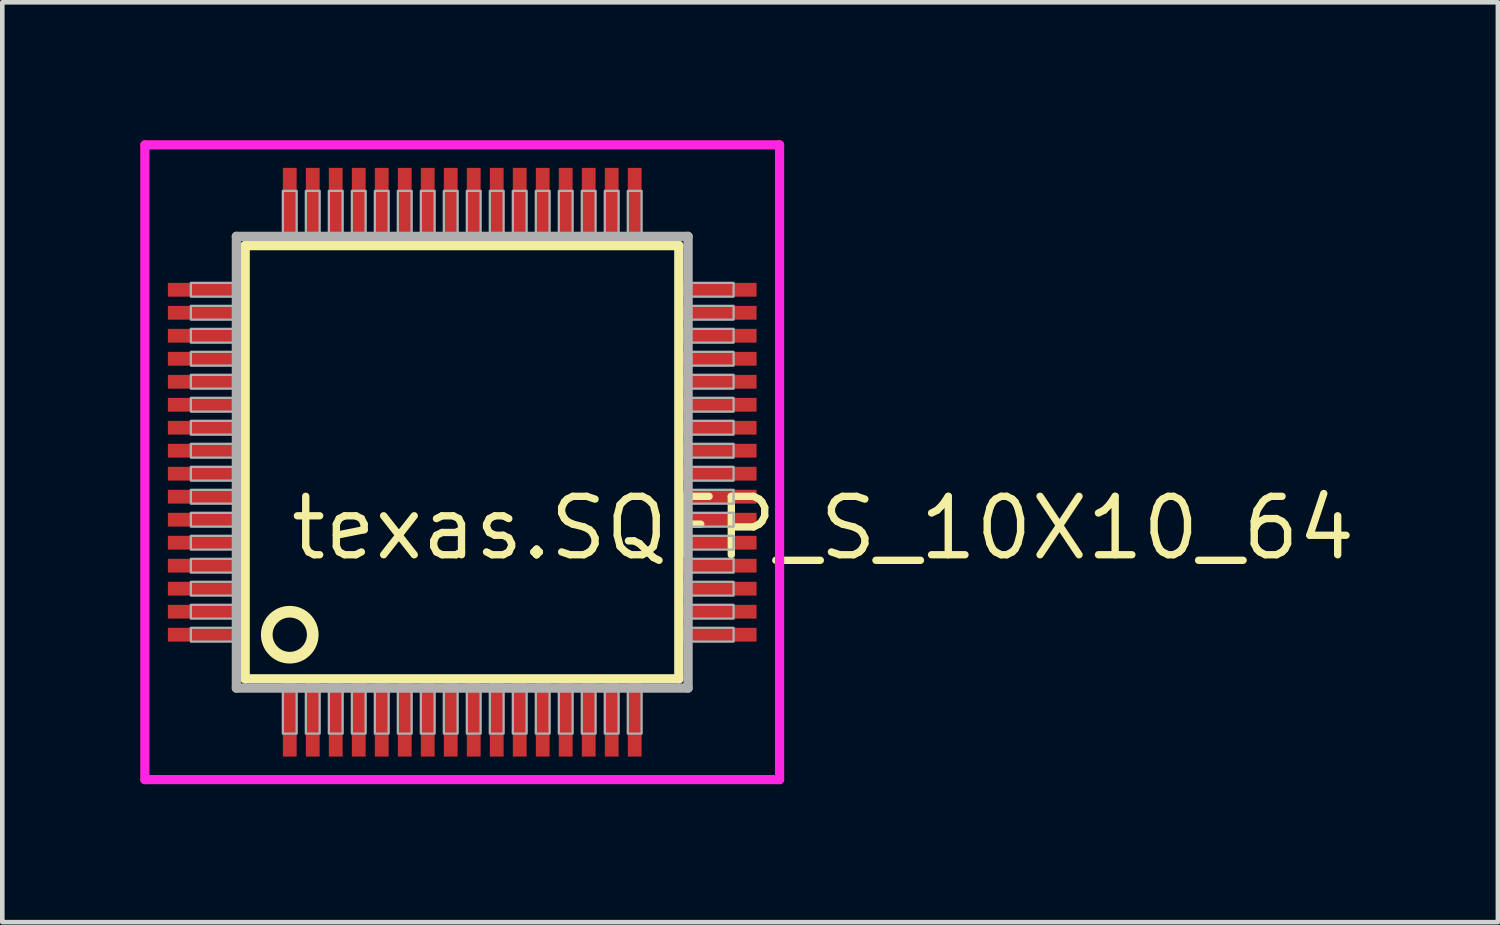
<source format=kicad_pcb>
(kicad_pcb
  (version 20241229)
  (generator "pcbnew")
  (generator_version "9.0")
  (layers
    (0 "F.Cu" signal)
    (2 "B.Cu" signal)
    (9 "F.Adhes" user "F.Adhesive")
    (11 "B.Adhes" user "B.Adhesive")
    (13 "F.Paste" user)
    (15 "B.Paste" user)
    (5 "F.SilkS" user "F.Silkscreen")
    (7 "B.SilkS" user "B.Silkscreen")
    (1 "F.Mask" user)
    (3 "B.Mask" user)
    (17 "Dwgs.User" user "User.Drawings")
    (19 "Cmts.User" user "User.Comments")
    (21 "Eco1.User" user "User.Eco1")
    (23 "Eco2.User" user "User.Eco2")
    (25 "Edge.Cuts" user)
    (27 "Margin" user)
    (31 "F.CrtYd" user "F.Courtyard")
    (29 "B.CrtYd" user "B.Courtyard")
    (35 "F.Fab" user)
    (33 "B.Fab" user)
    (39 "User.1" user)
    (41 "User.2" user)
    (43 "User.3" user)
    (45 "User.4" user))
  (footprint "texas.SQFP_S_10X10_64"
    (layer "F.Cu")
    (at 7 7)
    (property "Reference" "texas.SQFP_S_10X10_64" (at -3.81 2.175 0) (layer "F.SilkS") (effects (font (size 1.27 1.27) (thickness 0.16)) (justify left bottom)))
    (attr smd)
    (fp_line (start -4.72 -4.71) (end 4.71 -4.71) (stroke (width 0.203) (type default)) (layer "F.SilkS"))
    (fp_line (start -4.72 4.71) (end -4.72 -4.71) (stroke (width 0.203) (type default)) (layer "F.SilkS"))
    (fp_line (start 4.71 -4.71) (end 4.71 4.71) (stroke (width 0.203) (type default)) (layer "F.SilkS"))
    (fp_line (start 4.71 4.71) (end -4.72 4.71) (stroke (width 0.203) (type default)) (layer "F.SilkS"))
    (fp_circle (center -3.75 3.75) (end -3.25 3.75) (stroke (width 0.254) (type default)) (fill no) (layer "F.SilkS"))
    (fp_line (start -6.9 -6.9) (end 6.9 -6.9) (stroke (width 0.2) (type default)) (layer "F.CrtYd"))
    (fp_line (start -6.9 6.9) (end -6.9 -6.9) (stroke (width 0.2) (type default)) (layer "F.CrtYd"))
    (fp_line (start 6.9 -6.9) (end 6.9 6.9) (stroke (width 0.2) (type default)) (layer "F.CrtYd"))
    (fp_line (start 6.9 6.9) (end -6.9 6.9) (stroke (width 0.2) (type default)) (layer "F.CrtYd"))
    (fp_line (start -4.91 -4.91) (end -4.91 4.91) (stroke (width 0.203) (type default)) (layer "F.Fab"))
    (fp_line (start -4.91 4.91) (end 4.91 4.91) (stroke (width 0.203) (type default)) (layer "F.Fab"))
    (fp_line (start 4.91 -4.91) (end -4.91 -4.91) (stroke (width 0.203) (type default)) (layer "F.Fab"))
    (fp_line (start 4.91 4.91) (end 4.91 -4.91) (stroke (width 0.203) (type default)) (layer "F.Fab"))
    (fp_rect (start -5.9 -3.6) (end -4.95 -3.9) (stroke (width 0.05) (type default)) (fill no) (layer "F.Fab"))
    (fp_rect (start -5.9 -3.1) (end -4.95 -3.4) (stroke (width 0.05) (type default)) (fill no) (layer "F.Fab"))
    (fp_rect (start -5.9 -2.6) (end -4.95 -2.9) (stroke (width 0.05) (type default)) (fill no) (layer "F.Fab"))
    (fp_rect (start -5.9 -2.1) (end -4.95 -2.4) (stroke (width 0.05) (type default)) (fill no) (layer "F.Fab"))
    (fp_rect (start -5.9 -1.6) (end -4.95 -1.9) (stroke (width 0.05) (type default)) (fill no) (layer "F.Fab"))
    (fp_rect (start -5.9 -1.1) (end -4.95 -1.4) (stroke (width 0.05) (type default)) (fill no) (layer "F.Fab"))
    (fp_rect (start -5.9 -0.6) (end -4.95 -0.9) (stroke (width 0.05) (type default)) (fill no) (layer "F.Fab"))
    (fp_rect (start -5.9 -0.1) (end -4.95 -0.4) (stroke (width 0.05) (type default)) (fill no) (layer "F.Fab"))
    (fp_rect (start -5.9 0.4) (end -4.95 0.1) (stroke (width 0.05) (type default)) (fill no) (layer "F.Fab"))
    (fp_rect (start -5.9 0.9) (end -4.95 0.6) (stroke (width 0.05) (type default)) (fill no) (layer "F.Fab"))
    (fp_rect (start -5.9 1.4) (end -4.95 1.1) (stroke (width 0.05) (type default)) (fill no) (layer "F.Fab"))
    (fp_rect (start -5.9 1.9) (end -4.95 1.6) (stroke (width 0.05) (type default)) (fill no) (layer "F.Fab"))
    (fp_rect (start -5.9 2.4) (end -4.95 2.1) (stroke (width 0.05) (type default)) (fill no) (layer "F.Fab"))
    (fp_rect (start -5.9 2.9) (end -4.95 2.6) (stroke (width 0.05) (type default)) (fill no) (layer "F.Fab"))
    (fp_rect (start -5.9 3.4) (end -4.95 3.1) (stroke (width 0.05) (type default)) (fill no) (layer "F.Fab"))
    (fp_rect (start -5.9 3.9) (end -4.95 3.6) (stroke (width 0.05) (type default)) (fill no) (layer "F.Fab"))
    (fp_rect (start -3.9 -4.95) (end -3.6 -5.9) (stroke (width 0.05) (type default)) (fill no) (layer "F.Fab"))
    (fp_rect (start -3.9 5.9) (end -3.6 4.95) (stroke (width 0.05) (type default)) (fill no) (layer "F.Fab"))
    (fp_rect (start -3.4 -4.95) (end -3.1 -5.9) (stroke (width 0.05) (type default)) (fill no) (layer "F.Fab"))
    (fp_rect (start -3.4 5.9) (end -3.1 4.95) (stroke (width 0.05) (type default)) (fill no) (layer "F.Fab"))
    (fp_rect (start -2.9 -4.95) (end -2.6 -5.9) (stroke (width 0.05) (type default)) (fill no) (layer "F.Fab"))
    (fp_rect (start -2.9 5.9) (end -2.6 4.95) (stroke (width 0.05) (type default)) (fill no) (layer "F.Fab"))
    (fp_rect (start -2.4 -4.95) (end -2.1 -5.9) (stroke (width 0.05) (type default)) (fill no) (layer "F.Fab"))
    (fp_rect (start -2.4 5.9) (end -2.1 4.95) (stroke (width 0.05) (type default)) (fill no) (layer "F.Fab"))
    (fp_rect (start -1.9 -4.95) (end -1.6 -5.9) (stroke (width 0.05) (type default)) (fill no) (layer "F.Fab"))
    (fp_rect (start -1.9 5.9) (end -1.6 4.95) (stroke (width 0.05) (type default)) (fill no) (layer "F.Fab"))
    (fp_rect (start -1.4 -4.95) (end -1.1 -5.9) (stroke (width 0.05) (type default)) (fill no) (layer "F.Fab"))
    (fp_rect (start -1.4 5.9) (end -1.1 4.95) (stroke (width 0.05) (type default)) (fill no) (layer "F.Fab"))
    (fp_rect (start -0.9 -4.95) (end -0.6 -5.9) (stroke (width 0.05) (type default)) (fill no) (layer "F.Fab"))
    (fp_rect (start -0.9 5.9) (end -0.6 4.95) (stroke (width 0.05) (type default)) (fill no) (layer "F.Fab"))
    (fp_rect (start -0.4 -4.95) (end -0.1 -5.9) (stroke (width 0.05) (type default)) (fill no) (layer "F.Fab"))
    (fp_rect (start -0.4 5.9) (end -0.1 4.95) (stroke (width 0.05) (type default)) (fill no) (layer "F.Fab"))
    (fp_rect (start 0.1 -4.95) (end 0.4 -5.9) (stroke (width 0.05) (type default)) (fill no) (layer "F.Fab"))
    (fp_rect (start 0.1 5.9) (end 0.4 4.95) (stroke (width 0.05) (type default)) (fill no) (layer "F.Fab"))
    (fp_rect (start 0.6 -4.95) (end 0.9 -5.9) (stroke (width 0.05) (type default)) (fill no) (layer "F.Fab"))
    (fp_rect (start 0.6 5.9) (end 0.9 4.95) (stroke (width 0.05) (type default)) (fill no) (layer "F.Fab"))
    (fp_rect (start 1.1 -4.95) (end 1.4 -5.9) (stroke (width 0.05) (type default)) (fill no) (layer "F.Fab"))
    (fp_rect (start 1.1 5.9) (end 1.4 4.95) (stroke (width 0.05) (type default)) (fill no) (layer "F.Fab"))
    (fp_rect (start 1.6 -4.95) (end 1.9 -5.9) (stroke (width 0.05) (type default)) (fill no) (layer "F.Fab"))
    (fp_rect (start 1.6 5.9) (end 1.9 4.95) (stroke (width 0.05) (type default)) (fill no) (layer "F.Fab"))
    (fp_rect (start 2.1 -4.95) (end 2.4 -5.9) (stroke (width 0.05) (type default)) (fill no) (layer "F.Fab"))
    (fp_rect (start 2.1 5.9) (end 2.4 4.95) (stroke (width 0.05) (type default)) (fill no) (layer "F.Fab"))
    (fp_rect (start 2.6 -4.95) (end 2.9 -5.9) (stroke (width 0.05) (type default)) (fill no) (layer "F.Fab"))
    (fp_rect (start 2.6 5.9) (end 2.9 4.95) (stroke (width 0.05) (type default)) (fill no) (layer "F.Fab"))
    (fp_rect (start 3.1 -4.95) (end 3.4 -5.9) (stroke (width 0.05) (type default)) (fill no) (layer "F.Fab"))
    (fp_rect (start 3.1 5.9) (end 3.4 4.95) (stroke (width 0.05) (type default)) (fill no) (layer "F.Fab"))
    (fp_rect (start 3.6 -4.95) (end 3.9 -5.9) (stroke (width 0.05) (type default)) (fill no) (layer "F.Fab"))
    (fp_rect (start 3.6 5.9) (end 3.9 4.95) (stroke (width 0.05) (type default)) (fill no) (layer "F.Fab"))
    (fp_rect (start 4.95 -3.6) (end 5.9 -3.9) (stroke (width 0.05) (type default)) (fill no) (layer "F.Fab"))
    (fp_rect (start 4.95 -3.1) (end 5.9 -3.4) (stroke (width 0.05) (type default)) (fill no) (layer "F.Fab"))
    (fp_rect (start 4.95 -2.6) (end 5.9 -2.9) (stroke (width 0.05) (type default)) (fill no) (layer "F.Fab"))
    (fp_rect (start 4.95 -2.1) (end 5.9 -2.4) (stroke (width 0.05) (type default)) (fill no) (layer "F.Fab"))
    (fp_rect (start 4.95 -1.6) (end 5.9 -1.9) (stroke (width 0.05) (type default)) (fill no) (layer "F.Fab"))
    (fp_rect (start 4.95 -1.1) (end 5.9 -1.4) (stroke (width 0.05) (type default)) (fill no) (layer "F.Fab"))
    (fp_rect (start 4.95 -0.6) (end 5.9 -0.9) (stroke (width 0.05) (type default)) (fill no) (layer "F.Fab"))
    (fp_rect (start 4.95 -0.1) (end 5.9 -0.4) (stroke (width 0.05) (type default)) (fill no) (layer "F.Fab"))
    (fp_rect (start 4.95 0.4) (end 5.9 0.1) (stroke (width 0.05) (type default)) (fill no) (layer "F.Fab"))
    (fp_rect (start 4.95 0.9) (end 5.9 0.6) (stroke (width 0.05) (type default)) (fill no) (layer "F.Fab"))
    (fp_rect (start 4.95 1.4) (end 5.9 1.1) (stroke (width 0.05) (type default)) (fill no) (layer "F.Fab"))
    (fp_rect (start 4.95 1.9) (end 5.9 1.6) (stroke (width 0.05) (type default)) (fill no) (layer "F.Fab"))
    (fp_rect (start 4.95 2.4) (end 5.9 2.1) (stroke (width 0.05) (type default)) (fill no) (layer "F.Fab"))
    (fp_rect (start 4.95 2.9) (end 5.9 2.6) (stroke (width 0.05) (type default)) (fill no) (layer "F.Fab"))
    (fp_rect (start 4.95 3.4) (end 5.9 3.1) (stroke (width 0.05) (type default)) (fill no) (layer "F.Fab"))
    (fp_rect (start 4.95 3.9) (end 5.9 3.6) (stroke (width 0.05) (type default)) (fill no) (layer "F.Fab"))
    (pad "1" smd roundrect (at -3.75 5.6) (size 0.3 1.6) (layers "F.Cu" "F.Mask" "F.Paste") (roundrect_rratio 0.01))
    (pad "2" smd roundrect (at -3.25 5.6) (size 0.3 1.6) (layers "F.Cu" "F.Mask" "F.Paste") (roundrect_rratio 0.01))
    (pad "3" smd roundrect (at -2.75 5.6) (size 0.3 1.6) (layers "F.Cu" "F.Mask" "F.Paste") (roundrect_rratio 0.01))
    (pad "4" smd roundrect (at -2.25 5.6) (size 0.3 1.6) (layers "F.Cu" "F.Mask" "F.Paste") (roundrect_rratio 0.01))
    (pad "5" smd roundrect (at -1.75 5.6) (size 0.3 1.6) (layers "F.Cu" "F.Mask" "F.Paste") (roundrect_rratio 0.01))
    (pad "6" smd roundrect (at -1.25 5.6) (size 0.3 1.6) (layers "F.Cu" "F.Mask" "F.Paste") (roundrect_rratio 0.01))
    (pad "7" smd roundrect (at -0.75 5.6) (size 0.3 1.6) (layers "F.Cu" "F.Mask" "F.Paste") (roundrect_rratio 0.01))
    (pad "8" smd roundrect (at -0.25 5.6) (size 0.3 1.6) (layers "F.Cu" "F.Mask" "F.Paste") (roundrect_rratio 0.01))
    (pad "9" smd roundrect (at 0.25 5.6) (size 0.3 1.6) (layers "F.Cu" "F.Mask" "F.Paste") (roundrect_rratio 0.01))
    (pad "10" smd roundrect (at 0.75 5.6) (size 0.3 1.6) (layers "F.Cu" "F.Mask" "F.Paste") (roundrect_rratio 0.01))
    (pad "11" smd roundrect (at 1.25 5.6) (size 0.3 1.6) (layers "F.Cu" "F.Mask" "F.Paste") (roundrect_rratio 0.01))
    (pad "12" smd roundrect (at 1.75 5.6) (size 0.3 1.6) (layers "F.Cu" "F.Mask" "F.Paste") (roundrect_rratio 0.01))
    (pad "13" smd roundrect (at 2.25 5.6) (size 0.3 1.6) (layers "F.Cu" "F.Mask" "F.Paste") (roundrect_rratio 0.01))
    (pad "14" smd roundrect (at 2.75 5.6) (size 0.3 1.6) (layers "F.Cu" "F.Mask" "F.Paste") (roundrect_rratio 0.01))
    (pad "15" smd roundrect (at 3.25 5.6) (size 0.3 1.6) (layers "F.Cu" "F.Mask" "F.Paste") (roundrect_rratio 0.01))
    (pad "16" smd roundrect (at 3.75 5.6) (size 0.3 1.6) (layers "F.Cu" "F.Mask" "F.Paste") (roundrect_rratio 0.01))
    (pad "17" smd roundrect (at 5.6 3.75) (size 1.6 0.3) (layers "F.Cu" "F.Mask" "F.Paste") (roundrect_rratio 0.01))
    (pad "18" smd roundrect (at 5.6 3.25) (size 1.6 0.3) (layers "F.Cu" "F.Mask" "F.Paste") (roundrect_rratio 0.01))
    (pad "19" smd roundrect (at 5.6 2.75) (size 1.6 0.3) (layers "F.Cu" "F.Mask" "F.Paste") (roundrect_rratio 0.01))
    (pad "20" smd roundrect (at 5.6 2.25) (size 1.6 0.3) (layers "F.Cu" "F.Mask" "F.Paste") (roundrect_rratio 0.01))
    (pad "21" smd roundrect (at 5.6 1.75) (size 1.6 0.3) (layers "F.Cu" "F.Mask" "F.Paste") (roundrect_rratio 0.01))
    (pad "22" smd roundrect (at 5.6 1.25) (size 1.6 0.3) (layers "F.Cu" "F.Mask" "F.Paste") (roundrect_rratio 0.01))
    (pad "23" smd roundrect (at 5.6 0.75) (size 1.6 0.3) (layers "F.Cu" "F.Mask" "F.Paste") (roundrect_rratio 0.01))
    (pad "24" smd roundrect (at 5.6 0.25) (size 1.6 0.3) (layers "F.Cu" "F.Mask" "F.Paste") (roundrect_rratio 0.01))
    (pad "25" smd roundrect (at 5.6 -0.25) (size 1.6 0.3) (layers "F.Cu" "F.Mask" "F.Paste") (roundrect_rratio 0.01))
    (pad "26" smd roundrect (at 5.6 -0.75) (size 1.6 0.3) (layers "F.Cu" "F.Mask" "F.Paste") (roundrect_rratio 0.01))
    (pad "27" smd roundrect (at 5.6 -1.25) (size 1.6 0.3) (layers "F.Cu" "F.Mask" "F.Paste") (roundrect_rratio 0.01))
    (pad "28" smd roundrect (at 5.6 -1.75) (size 1.6 0.3) (layers "F.Cu" "F.Mask" "F.Paste") (roundrect_rratio 0.01))
    (pad "29" smd roundrect (at 5.6 -2.25) (size 1.6 0.3) (layers "F.Cu" "F.Mask" "F.Paste") (roundrect_rratio 0.01))
    (pad "30" smd roundrect (at 5.6 -2.75) (size 1.6 0.3) (layers "F.Cu" "F.Mask" "F.Paste") (roundrect_rratio 0.01))
    (pad "31" smd roundrect (at 5.6 -3.25) (size 1.6 0.3) (layers "F.Cu" "F.Mask" "F.Paste") (roundrect_rratio 0.01))
    (pad "32" smd roundrect (at 5.6 -3.75) (size 1.6 0.3) (layers "F.Cu" "F.Mask" "F.Paste") (roundrect_rratio 0.01))
    (pad "33" smd roundrect (at 3.75 -5.6) (size 0.3 1.6) (layers "F.Cu" "F.Mask" "F.Paste") (roundrect_rratio 0.01))
    (pad "34" smd roundrect (at 3.25 -5.6) (size 0.3 1.6) (layers "F.Cu" "F.Mask" "F.Paste") (roundrect_rratio 0.01))
    (pad "35" smd roundrect (at 2.75 -5.6) (size 0.3 1.6) (layers "F.Cu" "F.Mask" "F.Paste") (roundrect_rratio 0.01))
    (pad "36" smd roundrect (at 2.25 -5.6) (size 0.3 1.6) (layers "F.Cu" "F.Mask" "F.Paste") (roundrect_rratio 0.01))
    (pad "37" smd roundrect (at 1.75 -5.6) (size 0.3 1.6) (layers "F.Cu" "F.Mask" "F.Paste") (roundrect_rratio 0.01))
    (pad "38" smd roundrect (at 1.25 -5.6) (size 0.3 1.6) (layers "F.Cu" "F.Mask" "F.Paste") (roundrect_rratio 0.01))
    (pad "39" smd roundrect (at 0.75 -5.6) (size 0.3 1.6) (layers "F.Cu" "F.Mask" "F.Paste") (roundrect_rratio 0.01))
    (pad "40" smd roundrect (at 0.25 -5.6) (size 0.3 1.6) (layers "F.Cu" "F.Mask" "F.Paste") (roundrect_rratio 0.01))
    (pad "41" smd roundrect (at -0.25 -5.6) (size 0.3 1.6) (layers "F.Cu" "F.Mask" "F.Paste") (roundrect_rratio 0.01))
    (pad "42" smd roundrect (at -0.75 -5.6) (size 0.3 1.6) (layers "F.Cu" "F.Mask" "F.Paste") (roundrect_rratio 0.01))
    (pad "43" smd roundrect (at -1.25 -5.6) (size 0.3 1.6) (layers "F.Cu" "F.Mask" "F.Paste") (roundrect_rratio 0.01))
    (pad "44" smd roundrect (at -1.75 -5.6) (size 0.3 1.6) (layers "F.Cu" "F.Mask" "F.Paste") (roundrect_rratio 0.01))
    (pad "45" smd roundrect (at -2.25 -5.6) (size 0.3 1.6) (layers "F.Cu" "F.Mask" "F.Paste") (roundrect_rratio 0.01))
    (pad "46" smd roundrect (at -2.75 -5.6) (size 0.3 1.6) (layers "F.Cu" "F.Mask" "F.Paste") (roundrect_rratio 0.01))
    (pad "47" smd roundrect (at -3.25 -5.6) (size 0.3 1.6) (layers "F.Cu" "F.Mask" "F.Paste") (roundrect_rratio 0.01))
    (pad "48" smd roundrect (at -3.75 -5.6) (size 0.3 1.6) (layers "F.Cu" "F.Mask" "F.Paste") (roundrect_rratio 0.01))
    (pad "49" smd roundrect (at -5.6 -3.75) (size 1.6 0.3) (layers "F.Cu" "F.Mask" "F.Paste") (roundrect_rratio 0.01))
    (pad "50" smd roundrect (at -5.6 -3.25) (size 1.6 0.3) (layers "F.Cu" "F.Mask" "F.Paste") (roundrect_rratio 0.01))
    (pad "51" smd roundrect (at -5.6 -2.75) (size 1.6 0.3) (layers "F.Cu" "F.Mask" "F.Paste") (roundrect_rratio 0.01))
    (pad "52" smd roundrect (at -5.6 -2.25) (size 1.6 0.3) (layers "F.Cu" "F.Mask" "F.Paste") (roundrect_rratio 0.01))
    (pad "53" smd roundrect (at -5.6 -1.75) (size 1.6 0.3) (layers "F.Cu" "F.Mask" "F.Paste") (roundrect_rratio 0.01))
    (pad "54" smd roundrect (at -5.6 -1.25) (size 1.6 0.3) (layers "F.Cu" "F.Mask" "F.Paste") (roundrect_rratio 0.01))
    (pad "55" smd roundrect (at -5.6 -0.75) (size 1.6 0.3) (layers "F.Cu" "F.Mask" "F.Paste") (roundrect_rratio 0.01))
    (pad "56" smd roundrect (at -5.6 -0.25) (size 1.6 0.3) (layers "F.Cu" "F.Mask" "F.Paste") (roundrect_rratio 0.01))
    (pad "57" smd roundrect (at -5.6 0.25) (size 1.6 0.3) (layers "F.Cu" "F.Mask" "F.Paste") (roundrect_rratio 0.01))
    (pad "58" smd roundrect (at -5.6 0.75) (size 1.6 0.3) (layers "F.Cu" "F.Mask" "F.Paste") (roundrect_rratio 0.01))
    (pad "59" smd roundrect (at -5.6 1.25) (size 1.6 0.3) (layers "F.Cu" "F.Mask" "F.Paste") (roundrect_rratio 0.01))
    (pad "60" smd roundrect (at -5.6 1.75) (size 1.6 0.3) (layers "F.Cu" "F.Mask" "F.Paste") (roundrect_rratio 0.01))
    (pad "61" smd roundrect (at -5.6 2.25) (size 1.6 0.3) (layers "F.Cu" "F.Mask" "F.Paste") (roundrect_rratio 0.01))
    (pad "62" smd roundrect (at -5.6 2.75) (size 1.6 0.3) (layers "F.Cu" "F.Mask" "F.Paste") (roundrect_rratio 0.01))
    (pad "63" smd roundrect (at -5.6 3.25) (size 1.6 0.3) (layers "F.Cu" "F.Mask" "F.Paste") (roundrect_rratio 0.01))
    (pad "64" smd roundrect (at -5.6 3.75) (size 1.6 0.3) (layers "F.Cu" "F.Mask" "F.Paste") (roundrect_rratio 0.01)))
  (gr_rect
    (start -3 -3)
    (end 29.518 17)
    (stroke (width 0.1) (type default))
    (fill no)
    (layer "Edge.Cuts")))
</source>
